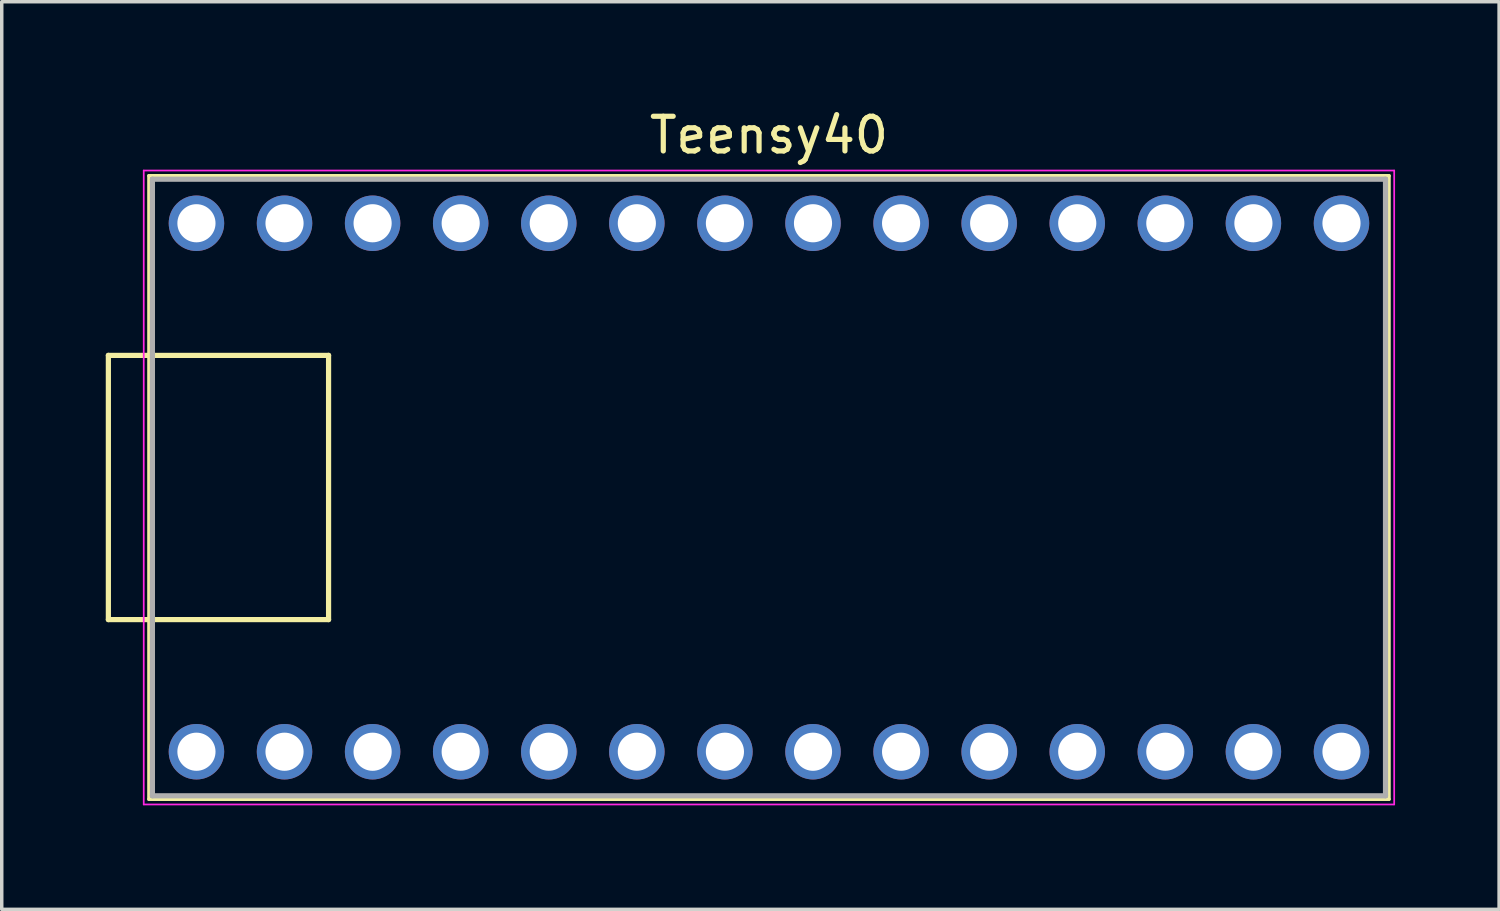
<source format=kicad_pcb>
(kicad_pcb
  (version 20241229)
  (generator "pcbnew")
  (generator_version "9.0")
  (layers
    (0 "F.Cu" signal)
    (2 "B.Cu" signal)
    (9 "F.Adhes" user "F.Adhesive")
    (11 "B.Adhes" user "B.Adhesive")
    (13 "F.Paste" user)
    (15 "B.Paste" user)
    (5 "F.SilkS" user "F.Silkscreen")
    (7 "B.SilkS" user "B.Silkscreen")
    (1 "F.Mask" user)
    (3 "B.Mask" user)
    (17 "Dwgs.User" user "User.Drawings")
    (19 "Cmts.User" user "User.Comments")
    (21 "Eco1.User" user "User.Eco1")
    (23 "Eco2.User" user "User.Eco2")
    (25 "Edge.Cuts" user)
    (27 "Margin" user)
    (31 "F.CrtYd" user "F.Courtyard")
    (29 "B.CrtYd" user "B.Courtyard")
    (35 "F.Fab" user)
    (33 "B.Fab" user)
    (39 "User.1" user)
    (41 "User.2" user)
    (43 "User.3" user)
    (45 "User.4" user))
  (footprint "Teensy40"
    (layer "F.Cu")
    (at 19.125 11.008)
    (property "Reference" "Teensy40" (at 0 -10.16 0) (layer "F.SilkS") (effects (font (size 1 1) (thickness 0.15))))
    (attr through_hole)
    (fp_line (start -19.05 -3.81) (end -17.78 -3.81) (stroke (width 0.15) (type solid)) (layer "F.SilkS"))
    (fp_line (start -19.05 3.81) (end -19.05 -3.81) (stroke (width 0.15) (type solid)) (layer "F.SilkS"))
    (fp_line (start -17.88 -8.99) (end 17.88 -8.99) (stroke (width 0.1) (type solid)) (layer "F.SilkS"))
    (fp_line (start -17.88 8.99) (end -17.88 -8.99) (stroke (width 0.1) (type solid)) (layer "F.SilkS"))
    (fp_line (start -17.78 3.81) (end -19.05 3.81) (stroke (width 0.15) (type solid)) (layer "F.SilkS"))
    (fp_line (start -12.7 -3.81) (end -17.78 -3.81) (stroke (width 0.15) (type solid)) (layer "F.SilkS"))
    (fp_line (start -12.7 3.81) (end -17.78 3.81) (stroke (width 0.15) (type solid)) (layer "F.SilkS"))
    (fp_line (start -12.7 3.81) (end -12.7 -3.81) (stroke (width 0.15) (type solid)) (layer "F.SilkS"))
    (fp_line (start 17.88 -8.99) (end 17.88 8.99) (stroke (width 0.1) (type solid)) (layer "F.SilkS"))
    (fp_line (start 17.88 8.99) (end -17.88 8.99) (stroke (width 0.1) (type solid)) (layer "F.SilkS"))
    (fp_line (start -18.03 -9.14) (end 18.03 -9.14) (stroke (width 0.05) (type solid)) (layer "F.CrtYd"))
    (fp_line (start -18.03 9.14) (end -18.03 -9.14) (stroke (width 0.05) (type solid)) (layer "F.CrtYd"))
    (fp_line (start -18.03 9.14) (end 18.03 9.14) (stroke (width 0.05) (type solid)) (layer "F.CrtYd"))
    (fp_line (start 18.03 -9.14) (end 18.03 9.14) (stroke (width 0.05) (type solid)) (layer "F.CrtYd"))
    (fp_line (start -17.78 -8.89) (end 17.78 -8.89) (stroke (width 0.15) (type solid)) (layer "F.Fab"))
    (fp_line (start -17.78 8.89) (end -17.78 -8.89) (stroke (width 0.15) (type solid)) (layer "F.Fab"))
    (fp_line (start 17.78 -8.89) (end 17.78 8.89) (stroke (width 0.15) (type solid)) (layer "F.Fab"))
    (fp_line (start 17.78 8.89) (end -17.78 8.89) (stroke (width 0.15) (type solid)) (layer "F.Fab"))
    (pad "1" thru_hole circle (at -16.51 7.62) (size 1.6 1.6) (drill 1.1) (layers "*.Cu" "*.Mask"))
    (pad "2" thru_hole circle (at -13.97 7.62) (size 1.6 1.6) (drill 1.1) (layers "*.Cu" "*.Mask"))
    (pad "3" thru_hole circle (at -11.43 7.62) (size 1.6 1.6) (drill 1.1) (layers "*.Cu" "*.Mask"))
    (pad "4" thru_hole circle (at -8.89 7.62) (size 1.6 1.6) (drill 1.1) (layers "*.Cu" "*.Mask"))
    (pad "5" thru_hole circle (at -6.35 7.62) (size 1.6 1.6) (drill 1.1) (layers "*.Cu" "*.Mask"))
    (pad "6" thru_hole circle (at -3.81 7.62) (size 1.6 1.6) (drill 1.1) (layers "*.Cu" "*.Mask"))
    (pad "7" thru_hole circle (at -1.27 7.62) (size 1.6 1.6) (drill 1.1) (layers "*.Cu" "*.Mask"))
    (pad "8" thru_hole circle (at 1.27 7.62) (size 1.6 1.6) (drill 1.1) (layers "*.Cu" "*.Mask"))
    (pad "9" thru_hole circle (at 3.81 7.62) (size 1.6 1.6) (drill 1.1) (layers "*.Cu" "*.Mask"))
    (pad "10" thru_hole circle (at 6.35 7.62) (size 1.6 1.6) (drill 1.1) (layers "*.Cu" "*.Mask"))
    (pad "11" thru_hole circle (at 8.89 7.62) (size 1.6 1.6) (drill 1.1) (layers "*.Cu" "*.Mask"))
    (pad "12" thru_hole circle (at 11.43 7.62) (size 1.6 1.6) (drill 1.1) (layers "*.Cu" "*.Mask"))
    (pad "13" thru_hole circle (at 13.97 7.62) (size 1.6 1.6) (drill 1.1) (layers "*.Cu" "*.Mask"))
    (pad "14" thru_hole circle (at 16.51 7.62) (size 1.6 1.6) (drill 1.1) (layers "*.Cu" "*.Mask"))
    (pad "20" thru_hole circle (at 16.51 -7.62) (size 1.6 1.6) (drill 1.1) (layers "*.Cu" "*.Mask"))
    (pad "21" thru_hole circle (at 13.97 -7.62) (size 1.6 1.6) (drill 1.1) (layers "*.Cu" "*.Mask"))
    (pad "22" thru_hole circle (at 11.43 -7.62) (size 1.6 1.6) (drill 1.1) (layers "*.Cu" "*.Mask"))
    (pad "23" thru_hole circle (at 8.89 -7.62) (size 1.6 1.6) (drill 1.1) (layers "*.Cu" "*.Mask"))
    (pad "24" thru_hole circle (at 6.35 -7.62) (size 1.6 1.6) (drill 1.1) (layers "*.Cu" "*.Mask"))
    (pad "25" thru_hole circle (at 3.81 -7.62) (size 1.6 1.6) (drill 1.1) (layers "*.Cu" "*.Mask"))
    (pad "26" thru_hole circle (at 1.27 -7.62) (size 1.6 1.6) (drill 1.1) (layers "*.Cu" "*.Mask"))
    (pad "27" thru_hole circle (at -1.27 -7.62) (size 1.6 1.6) (drill 1.1) (layers "*.Cu" "*.Mask"))
    (pad "28" thru_hole circle (at -3.81 -7.62) (size 1.6 1.6) (drill 1.1) (layers "*.Cu" "*.Mask"))
    (pad "29" thru_hole circle (at -6.35 -7.62) (size 1.6 1.6) (drill 1.1) (layers "*.Cu" "*.Mask"))
    (pad "30" thru_hole circle (at -8.89 -7.62) (size 1.6 1.6) (drill 1.1) (layers "*.Cu" "*.Mask"))
    (pad "31" thru_hole circle (at -11.43 -7.62) (size 1.6 1.6) (drill 1.1) (layers "*.Cu" "*.Mask"))
    (pad "32" thru_hole circle (at -13.97 -7.62) (size 1.6 1.6) (drill 1.1) (layers "*.Cu" "*.Mask"))
    (pad "33" thru_hole circle (at -16.51 -7.62) (size 1.6 1.6) (drill 1.1) (layers "*.Cu" "*.Mask")))
  (gr_rect
    (start -3 -3)
    (end 40.18 23.173)
    (stroke (width 0.1) (type default))
    (fill no)
    (layer "Edge.Cuts")))
</source>
